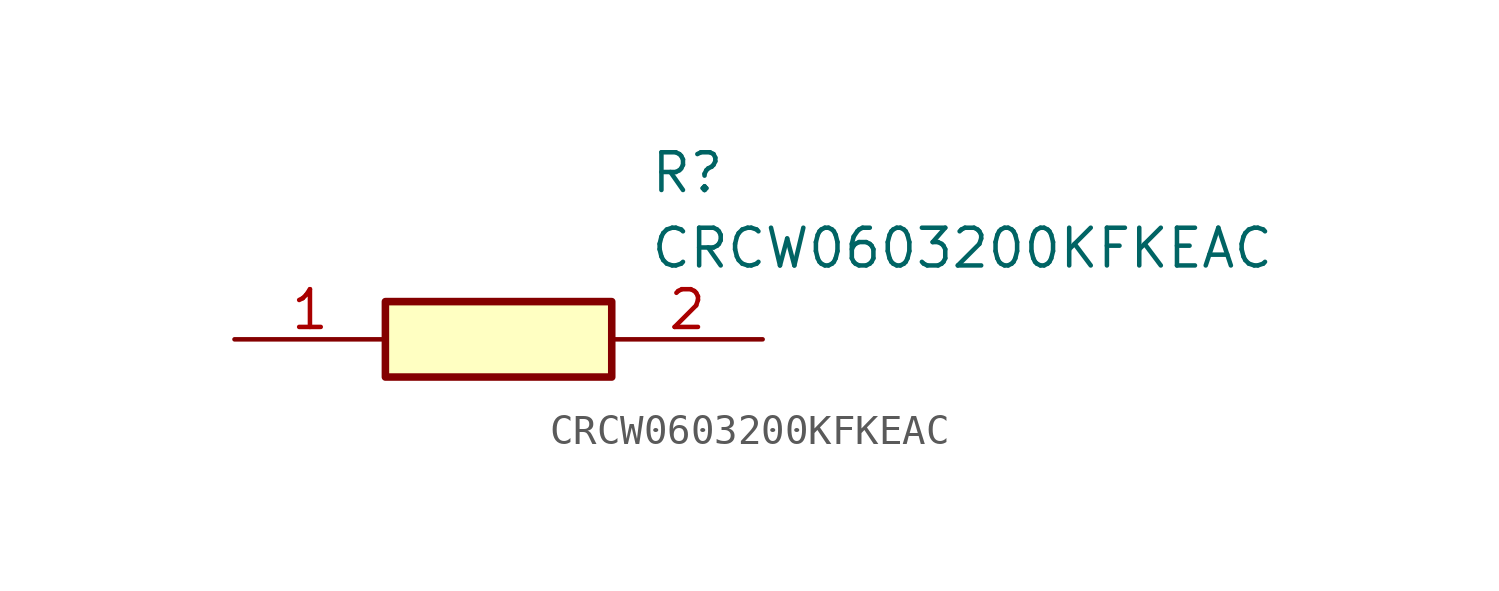
<source format=kicad_sym>
(kicad_symbol_lib
  (version 20211014)
  (generator SamacSys_ECAD_Model)
  (symbol "CRCW0603200KFKEAC"
    (pin_names hide)
    (property "Reference" "R"
      (at 13.97 6.35 0)
      (effects (font (size 1.27 1.27)) (justify left top)))
    (property "Value" "CRCW0603200KFKEAC"
      (at 13.97 3.81 0)
      (effects (font (size 1.27 1.27)) (justify left top)))
    (rectangle
      (start 5.08 1.27)
      (end 12.7 -1.27)
      (stroke (width 0.254) (type default))
      (fill (type background)))
    (pin passive line
      (at 0 0 0)
      (length 5.08)
      (name "1" (effects (font (size 1.27 1.27))))
      (number "1" (effects (font (size 1.27 1.27)))))
    (pin passive line
      (at 17.78 0 180)
      (length 5.08)
      (name "2" (effects (font (size 1.27 1.27))))
      (number "2" (effects (font (size 1.27 1.27)))))))
</source>
